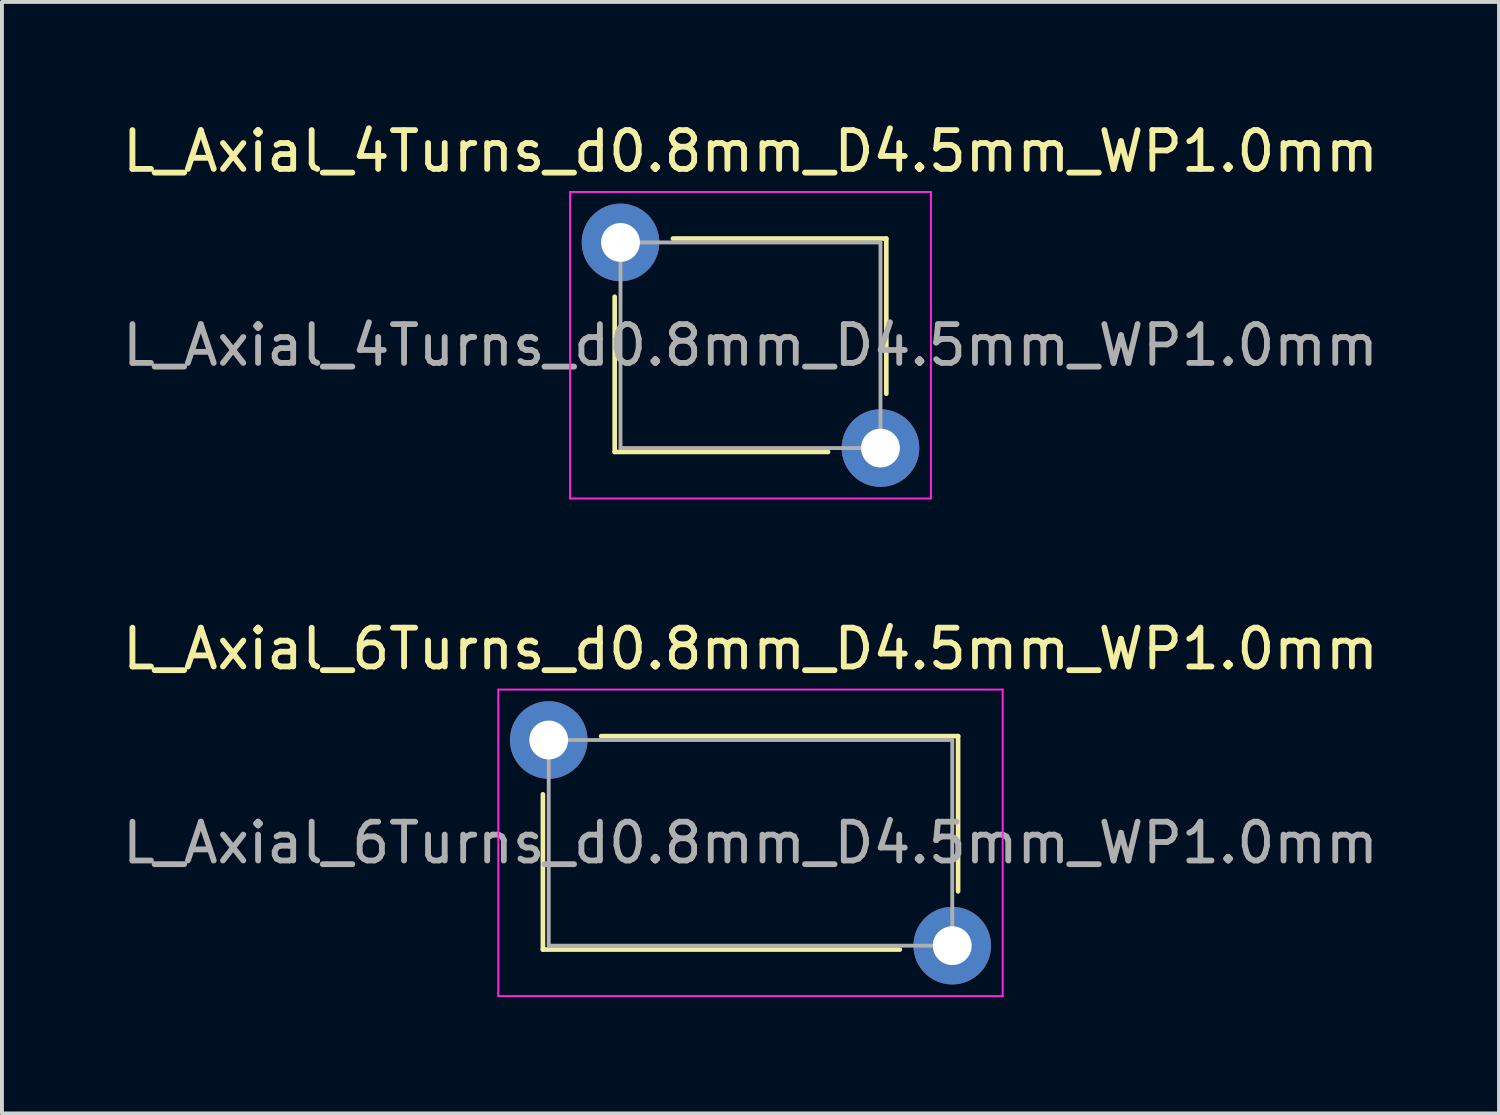
<source format=kicad_pcb>
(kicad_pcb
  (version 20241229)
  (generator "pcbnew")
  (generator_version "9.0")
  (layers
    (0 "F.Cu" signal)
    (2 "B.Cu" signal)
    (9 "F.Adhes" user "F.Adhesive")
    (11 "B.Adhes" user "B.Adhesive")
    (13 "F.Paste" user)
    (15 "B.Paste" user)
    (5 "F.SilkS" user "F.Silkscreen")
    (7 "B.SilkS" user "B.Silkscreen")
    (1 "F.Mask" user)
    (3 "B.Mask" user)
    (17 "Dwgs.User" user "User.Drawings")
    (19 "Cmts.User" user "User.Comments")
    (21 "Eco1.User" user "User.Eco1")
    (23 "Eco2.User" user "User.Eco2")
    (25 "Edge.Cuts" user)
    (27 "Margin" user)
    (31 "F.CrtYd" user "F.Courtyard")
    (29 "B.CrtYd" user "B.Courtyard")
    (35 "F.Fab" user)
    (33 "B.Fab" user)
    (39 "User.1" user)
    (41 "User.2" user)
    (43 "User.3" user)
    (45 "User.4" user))
  (footprint "L_Axial_6Turns_d0.8mm_D4.5mm_WP1.0mm"
    (layer "F.Cu")
    (at 16.292 18.672)
    (property "Reference" "L_Axial_6Turns_d0.8mm_D4.5mm_WP1.0mm" (at 0 -5 0) (layer "F.SilkS") (effects (font (size 1 1) (thickness 0.15))))
    (attr through_hole)
    (fp_line (start -5.35 -1.25) (end -5.35 2.75) (stroke (width 0.12) (type solid)) (layer "F.SilkS"))
    (fp_line (start -5.35 2.75) (end 3.85 2.75) (stroke (width 0.12) (type solid)) (layer "F.SilkS"))
    (fp_line (start -3.85 -2.75) (end 5.35 -2.75) (stroke (width 0.12) (type solid)) (layer "F.SilkS"))
    (fp_line (start 5.35 -2.75) (end 5.35 1.25) (stroke (width 0.12) (type solid)) (layer "F.SilkS"))
    (fp_line (start -6.5 -3.95) (end 6.5 -3.95) (stroke (width 0.05) (type solid)) (layer "F.CrtYd"))
    (fp_line (start -6.5 3.95) (end -6.5 -3.95) (stroke (width 0.05) (type solid)) (layer "F.CrtYd"))
    (fp_line (start -6.5 3.95) (end 6.5 3.95) (stroke (width 0.05) (type solid)) (layer "F.CrtYd"))
    (fp_line (start 6.5 -3.95) (end 6.5 3.95) (stroke (width 0.05) (type solid)) (layer "F.CrtYd"))
    (fp_line (start -5.2 -2.65) (end -5.2 2.65) (stroke (width 0.1) (type solid)) (layer "F.Fab"))
    (fp_line (start -5.2 2.65) (end 5.2 2.65) (stroke (width 0.1) (type solid)) (layer "F.Fab"))
    (fp_line (start 5.2 -2.65) (end -5.2 -2.65) (stroke (width 0.1) (type solid)) (layer "F.Fab"))
    (fp_line (start 5.2 2.65) (end 5.2 -2.65) (stroke (width 0.1) (type solid)) (layer "F.Fab"))
    (fp_text user "${REFERENCE}" (at 0 0 0) (layer "F.Fab") (effects (font (size 1 1) (thickness 0.15))))
    (pad "1" thru_hole circle (at -5.2 -2.65) (size 2 2) (drill 1) (layers "*.Cu" "*.Mask"))
    (pad "2" thru_hole circle (at 5.2 2.65) (size 2 2) (drill 1) (layers "*.Cu" "*.Mask")))
  (footprint "L_Axial_4Turns_d0.8mm_D4.5mm_WP1.0mm"
    (layer "F.Cu")
    (at 16.292 5.848)
    (property "Reference" "L_Axial_4Turns_d0.8mm_D4.5mm_WP1.0mm" (at 0 -5 0) (layer "F.SilkS") (effects (font (size 1 1) (thickness 0.15))))
    (attr through_hole)
    (fp_line (start -3.5 -1.25) (end -3.5 2.75) (stroke (width 0.12) (type solid)) (layer "F.SilkS"))
    (fp_line (start -3.5 2.75) (end 2 2.75) (stroke (width 0.12) (type solid)) (layer "F.SilkS"))
    (fp_line (start -2 -2.75) (end 3.5 -2.75) (stroke (width 0.12) (type solid)) (layer "F.SilkS"))
    (fp_line (start 3.5 -2.75) (end 3.5 1.25) (stroke (width 0.12) (type solid)) (layer "F.SilkS"))
    (fp_line (start -4.65 -3.95) (end 4.65 -3.95) (stroke (width 0.05) (type solid)) (layer "F.CrtYd"))
    (fp_line (start -4.65 3.95) (end -4.65 -3.95) (stroke (width 0.05) (type solid)) (layer "F.CrtYd"))
    (fp_line (start 4.65 -3.95) (end 4.65 3.95) (stroke (width 0.05) (type solid)) (layer "F.CrtYd"))
    (fp_line (start 4.65 3.95) (end -4.65 3.95) (stroke (width 0.05) (type solid)) (layer "F.CrtYd"))
    (fp_line (start -3.35 -2.65) (end -3.35 2.65) (stroke (width 0.1) (type solid)) (layer "F.Fab"))
    (fp_line (start -3.35 2.65) (end 3.35 2.65) (stroke (width 0.1) (type solid)) (layer "F.Fab"))
    (fp_line (start 3.35 -2.65) (end -3.35 -2.65) (stroke (width 0.1) (type solid)) (layer "F.Fab"))
    (fp_line (start 3.35 2.65) (end 3.35 -2.65) (stroke (width 0.1) (type solid)) (layer "F.Fab"))
    (fp_text user "${REFERENCE}" (at 0 0 0) (layer "F.Fab") (effects (font (size 1 1) (thickness 0.15))))
    (pad "1" thru_hole circle (at -3.35 -2.65) (size 2 2) (drill 1) (layers "*.Cu" "*.Mask"))
    (pad "2" thru_hole circle (at 3.35 2.65) (size 2 2) (drill 1) (layers "*.Cu" "*.Mask")))
  (gr_rect
    (start -3 -3)
    (end 35.583 25.646)
    (stroke (width 0.1) (type default))
    (fill no)
    (layer "Edge.Cuts")))
</source>
